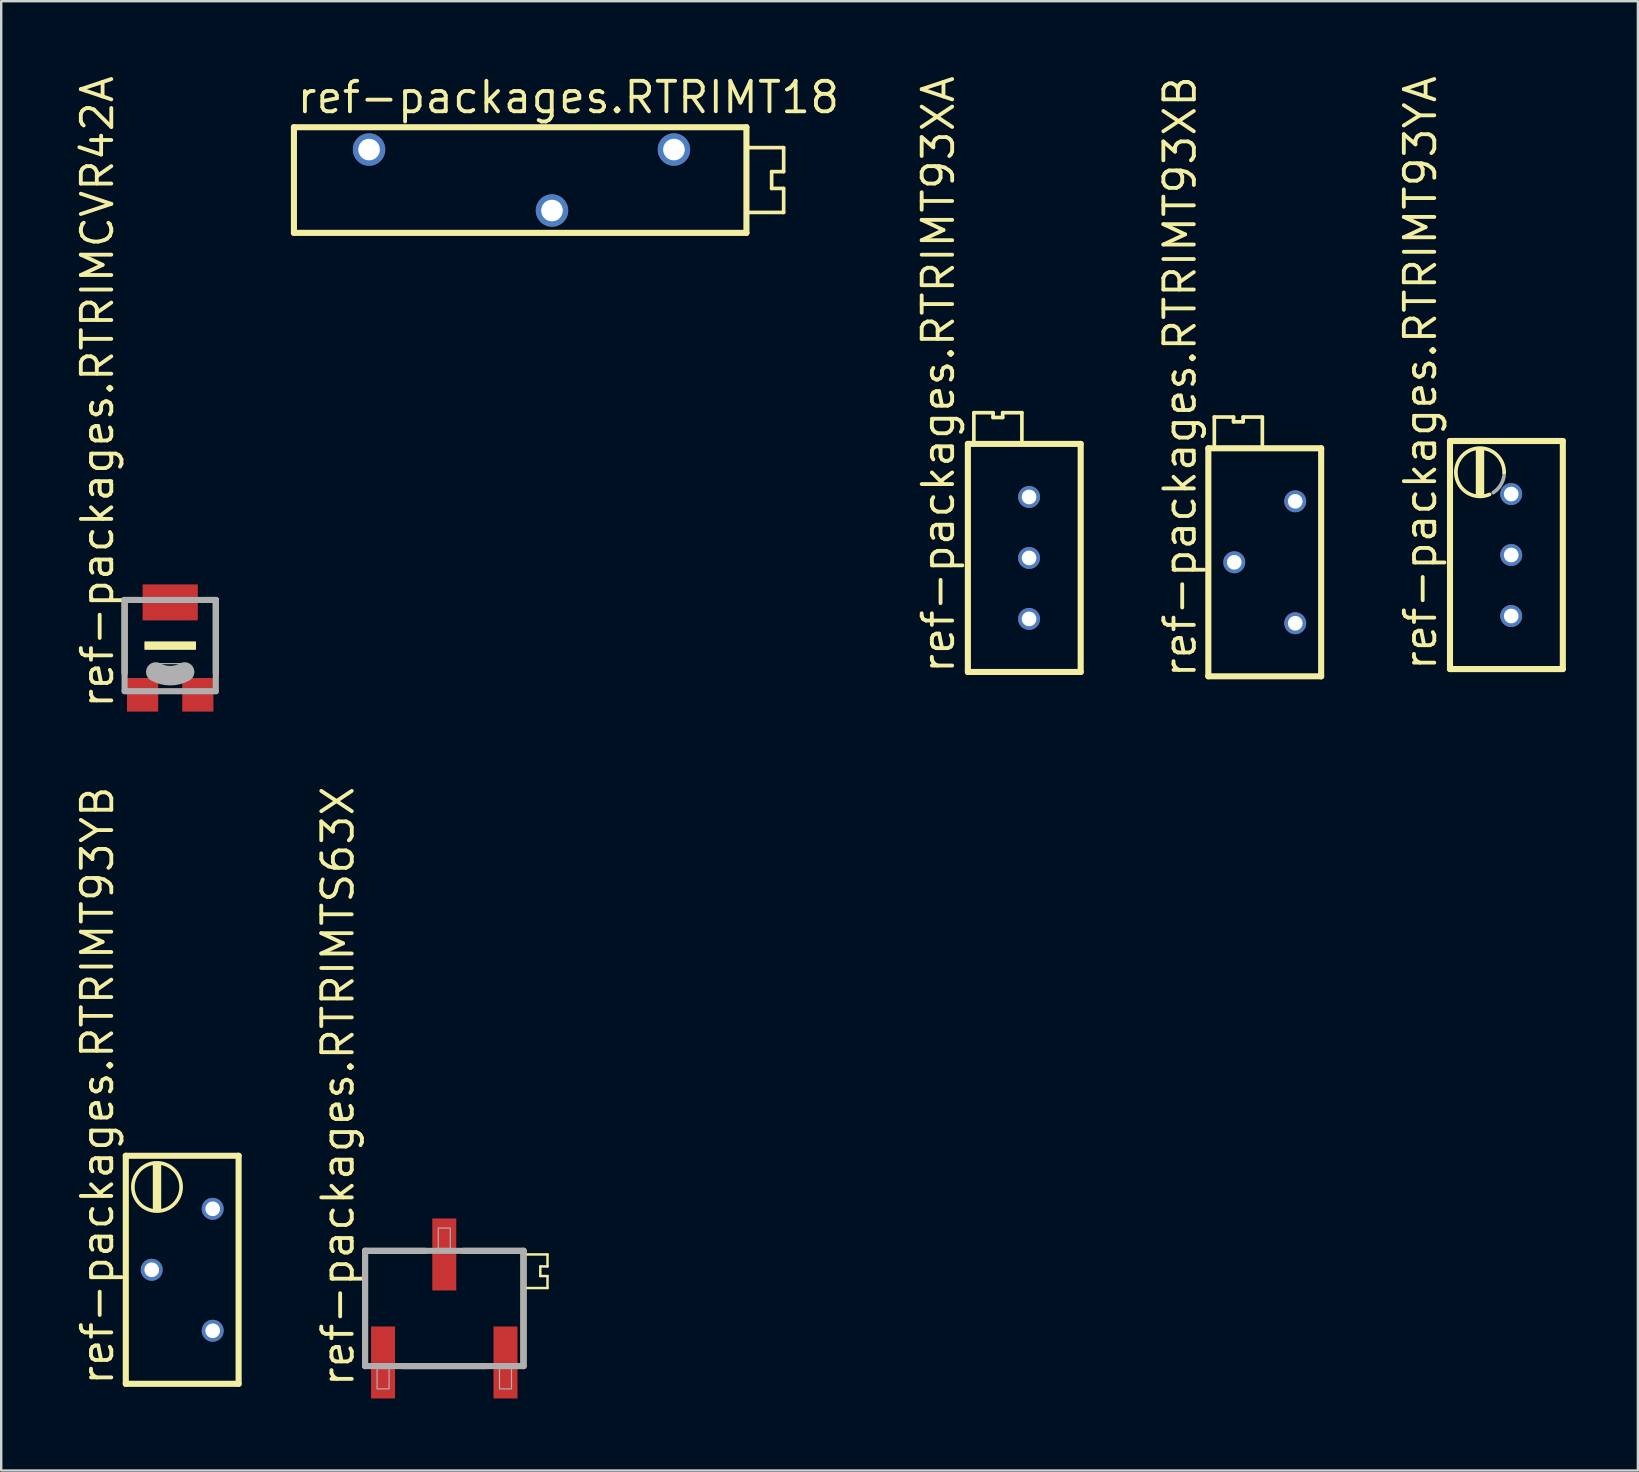
<source format=kicad_pcb>
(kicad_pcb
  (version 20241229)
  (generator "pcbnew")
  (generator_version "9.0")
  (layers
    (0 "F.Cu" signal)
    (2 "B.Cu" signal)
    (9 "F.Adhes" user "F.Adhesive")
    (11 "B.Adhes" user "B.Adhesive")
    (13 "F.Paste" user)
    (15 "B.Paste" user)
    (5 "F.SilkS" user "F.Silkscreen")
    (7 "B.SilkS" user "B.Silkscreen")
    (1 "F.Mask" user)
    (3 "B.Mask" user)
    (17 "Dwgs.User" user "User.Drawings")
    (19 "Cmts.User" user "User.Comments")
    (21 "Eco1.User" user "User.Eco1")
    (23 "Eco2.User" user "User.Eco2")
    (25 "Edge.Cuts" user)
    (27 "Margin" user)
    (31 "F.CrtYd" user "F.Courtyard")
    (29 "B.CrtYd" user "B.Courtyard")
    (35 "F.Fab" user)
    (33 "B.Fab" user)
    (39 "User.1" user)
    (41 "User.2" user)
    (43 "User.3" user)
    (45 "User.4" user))
  (footprint "ref-packages.RTRIMTS63X"
    (layer "F.Cu")
    (at 15.457 51.456)
    (property "Reference" "ref-packages.RTRIMTS63X" (at -3.69 3.34 90) (layer "F.SilkS") (effects (font (size 1.27 1.27) (thickness 0.16)) (justify left bottom)))
    (attr smd)
    (fp_line (start -3.3 -2.4) (end -3.3 2.4) (stroke (width 0.254) (type default)) (layer "F.SilkS"))
    (fp_line (start -1.75 2.4) (end 1.75 2.4) (stroke (width 0.254) (type default)) (layer "F.SilkS"))
    (fp_line (start -0.8 -2.4) (end -3.3 -2.4) (stroke (width 0.254) (type default)) (layer "F.SilkS"))
    (fp_line (start 0.8 -2.4) (end 3.3 -2.4) (stroke (width 0.254) (type default)) (layer "F.SilkS"))
    (fp_line (start 3.3 -2.4) (end 3.3 2.4) (stroke (width 0.254) (type default)) (layer "F.SilkS"))
    (fp_line (start 4 -1.75) (end 4.3 -1.75) (stroke (width 0.102) (type default)) (layer "F.SilkS"))
    (fp_line (start 4 -1.35) (end 4 -1.75) (stroke (width 0.102) (type default)) (layer "F.SilkS"))
    (fp_line (start 4.3 -2.25) (end 3.4 -2.25) (stroke (width 0.102) (type default)) (layer "F.SilkS"))
    (fp_line (start 4.3 -1.75) (end 4.3 -2.25) (stroke (width 0.102) (type default)) (layer "F.SilkS"))
    (fp_line (start 4.3 -1.35) (end 4 -1.35) (stroke (width 0.102) (type default)) (layer "F.SilkS"))
    (fp_line (start 4.3 -0.85) (end 3.4 -0.85) (stroke (width 0.102) (type default)) (layer "F.SilkS"))
    (fp_line (start 4.3 -0.85) (end 4.3 -1.35) (stroke (width 0.102) (type default)) (layer "F.SilkS"))
    (fp_line (start -3.3 -2.4) (end -3.3 2.4) (stroke (width 0.254) (type default)) (layer "F.Fab"))
    (fp_line (start -3.3 2.4) (end 3.3 2.4) (stroke (width 0.254) (type default)) (layer "F.Fab"))
    (fp_line (start 3.3 -2.4) (end -3.3 -2.4) (stroke (width 0.254) (type default)) (layer "F.Fab"))
    (fp_line (start 3.3 2.4) (end 3.3 -2.4) (stroke (width 0.254) (type default)) (layer "F.Fab"))
    (fp_rect (start -2.8 3.35) (end -2.3 2.5) (stroke (width 0.05) (type default)) (fill no) (layer "F.Fab"))
    (fp_rect (start -0.25 -2.5) (end 0.25 -3.35) (stroke (width 0.05) (type default)) (fill no) (layer "F.Fab"))
    (fp_rect (start 2.3 3.35) (end 2.8 2.5) (stroke (width 0.05) (type default)) (fill no) (layer "F.Fab"))
    (pad "1" smd roundrect (at -2.55 2.25) (size 1 3) (layers "F.Cu" "F.Mask" "F.Paste") (roundrect_rratio 0.01))
    (pad "2" smd roundrect (at 0 -2.25) (size 1 3) (layers "F.Cu" "F.Mask" "F.Paste") (roundrect_rratio 0.01))
    (pad "3" smd roundrect (at 2.55 2.25) (size 1 3) (layers "F.Cu" "F.Mask" "F.Paste") (roundrect_rratio 0.01)))
  (footprint "ref-packages.RTRIMT93YB"
    (layer "F.Cu")
    (at 4.54 49.845)
    (property "Reference" "ref-packages.RTRIMT93YB" (at -2.79 4.89 90) (layer "F.SilkS") (effects (font (size 1.27 1.27) (thickness 0.16)) (justify left bottom)))
    (attr through_hole)
    (fp_line (start -2.35 -4.75) (end -2.35 4.75) (stroke (width 0.254) (type default)) (layer "F.SilkS"))
    (fp_line (start -2.35 4.75) (end 2.35 4.75) (stroke (width 0.254) (type default)) (layer "F.SilkS"))
    (fp_line (start 2.35 -4.75) (end -2.35 -4.75) (stroke (width 0.254) (type default)) (layer "F.SilkS"))
    (fp_line (start 2.35 4.75) (end 2.35 -4.75) (stroke (width 0.254) (type default)) (layer "F.SilkS"))
    (fp_rect (start -1.2 -2.5) (end -0.9 -4.4) (stroke (width 0.05) (type default)) (fill yes) (layer "F.SilkS"))
    (fp_circle (center -1.05 -3.45) (end -0.045 -3.45) (stroke (width 0.152) (type default)) (fill no) (layer "F.SilkS"))
    (pad "1" thru_hole circle (at 1.27 2.54) (size 0.914 0.914) (drill 0.61) (layers "*.Cu" "*.Mask"))
    (pad "2" thru_hole circle (at -1.27 0) (size 0.914 0.914) (drill 0.61) (layers "*.Cu" "*.Mask"))
    (pad "3" thru_hole circle (at 1.27 -2.54) (size 0.914 0.914) (drill 0.61) (layers "*.Cu" "*.Mask")))
  (footprint "ref-packages.RTRIMCVR42A"
    (layer "F.Cu")
    (at 4.04 23.843)
    (property "Reference" "ref-packages.RTRIMCVR42A" (at -2.29 2.69 90) (layer "F.SilkS") (effects (font (size 1.27 1.27) (thickness 0.16)) (justify left bottom)))
    (attr smd)
    (fp_line (start -1.9 -1.9) (end -1.35 -1.9) (stroke (width 0.254) (type default)) (layer "F.SilkS"))
    (fp_line (start -1.9 1.15) (end -1.9 -1.9) (stroke (width 0.254) (type default)) (layer "F.SilkS"))
    (fp_line (start 1.9 -1.9) (end 1.35 -1.9) (stroke (width 0.254) (type default)) (layer "F.SilkS"))
    (fp_line (start 1.9 1.15) (end 1.9 -1.9) (stroke (width 0.254) (type default)) (layer "F.SilkS"))
    (fp_rect (start -1.05 0.15) (end 1.05 -0.15) (stroke (width 0.05) (type default)) (fill yes) (layer "F.SilkS"))
    (fp_line (start -1.9 -1.9) (end -1.9 1.9) (stroke (width 0.254) (type default)) (layer "F.Fab"))
    (fp_line (start -1.9 1.9) (end 1.9 1.9) (stroke (width 0.254) (type default)) (layer "F.Fab"))
    (fp_line (start 1.9 -1.9) (end -1.9 -1.9) (stroke (width 0.254) (type default)) (layer "F.Fab"))
    (fp_line (start 1.9 1.9) (end 1.9 -1.9) (stroke (width 0.254) (type default)) (layer "F.Fab"))
    (fp_rect (start -0.65 1.15) (end 0.65 0.75) (stroke (width 0.05) (type default)) (fill no) (layer "F.Fab"))
    (fp_arc (start 0.6 1.1) (mid 0 1.252996) (end -0.6 1.1) (stroke (width 0.8128) (type default)) (layer "F.Fab"))
    (pad "1" smd roundrect (at -1.15 2.05) (size 1.3 1.4) (layers "F.Cu" "F.Mask" "F.Paste") (roundrect_rratio 0.01))
    (pad "2" smd roundrect (at 0 -1.8) (size 2.3 1.5) (layers "F.Cu" "F.Mask" "F.Paste") (roundrect_rratio 0.01))
    (pad "3" smd roundrect (at 1.15 2.05) (size 1.3 1.4) (layers "F.Cu" "F.Mask" "F.Paste") (roundrect_rratio 0.01)))
  (footprint "ref-packages.RTRIMT93YA"
    (layer "F.Cu")
    (at 59.902 20.071)
    (property "Reference" "ref-packages.RTRIMT93YA" (at -3.04 4.89 90) (layer "F.SilkS") (effects (font (size 1.27 1.27) (thickness 0.16)) (justify left bottom)))
    (attr through_hole)
    (fp_line (start -2.55 -4.75) (end -2.55 4.75) (stroke (width 0.254) (type default)) (layer "F.SilkS"))
    (fp_line (start -2.55 4.75) (end 2.15 4.75) (stroke (width 0.254) (type default)) (layer "F.SilkS"))
    (fp_line (start 2.15 -4.75) (end -2.55 -4.75) (stroke (width 0.254) (type default)) (layer "F.SilkS"))
    (fp_line (start 2.15 4.75) (end 2.15 -4.75) (stroke (width 0.254) (type default)) (layer "F.SilkS"))
    (fp_rect (start -1.45 -2.5) (end -1.15 -4.4) (stroke (width 0.05) (type default)) (fill yes) (layer "F.SilkS"))
    (fp_arc (start -0.9 -2.525772) (mid -2.127015 -4.019985) (end -0.29573 -3.399794) (stroke (width 0.1524) (type default)) (layer "F.SilkS"))
    (fp_arc (start -0.3 -3.3) (mid -0.449632 -2.901549) (end -0.75 -2.6) (stroke (width 0.1524) (type default)) (layer "F.Fab"))
    (pad "1" thru_hole circle (at 0 2.54) (size 0.914 0.914) (drill 0.61) (layers "*.Cu" "*.Mask"))
    (pad "2" thru_hole circle (at 0 0) (size 0.914 0.914) (drill 0.61) (layers "*.Cu" "*.Mask"))
    (pad "3" thru_hole circle (at 0 -2.54) (size 0.914 0.914) (drill 0.61) (layers "*.Cu" "*.Mask")))
  (footprint "ref-packages.RTRIMT18"
    (layer "F.Cu")
    (at 19.944 4.45)
    (property "Reference" "ref-packages.RTRIMT18" (at -10.7 -2.7 0) (layer "F.SilkS") (effects (font (size 1.27 1.27) (thickness 0.16)) (justify left bottom)))
    (attr through_hole)
    (fp_line (start -10.75 -2.2) (end -10.75 2.2) (stroke (width 0.254) (type default)) (layer "F.SilkS"))
    (fp_line (start -10.75 2.2) (end 8.1 2.2) (stroke (width 0.254) (type default)) (layer "F.SilkS"))
    (fp_line (start 8.1 -2.2) (end -10.75 -2.2) (stroke (width 0.254) (type default)) (layer "F.SilkS"))
    (fp_line (start 8.1 2.2) (end 8.1 -2.2) (stroke (width 0.254) (type default)) (layer "F.SilkS"))
    (fp_line (start 8.2 -1.35) (end 9.65 -1.35) (stroke (width 0.152) (type default)) (layer "F.SilkS"))
    (fp_line (start 9.15 -0.35) (end 9.15 0.35) (stroke (width 0.152) (type default)) (layer "F.SilkS"))
    (fp_line (start 9.15 0.35) (end 9.65 0.35) (stroke (width 0.152) (type default)) (layer "F.SilkS"))
    (fp_line (start 9.65 -1.35) (end 9.65 -0.35) (stroke (width 0.152) (type default)) (layer "F.SilkS"))
    (fp_line (start 9.65 -0.35) (end 9.15 -0.35) (stroke (width 0.152) (type default)) (layer "F.SilkS"))
    (fp_line (start 9.65 0.35) (end 9.65 1.35) (stroke (width 0.152) (type default)) (layer "F.SilkS"))
    (fp_line (start 9.65 1.35) (end 8.2 1.35) (stroke (width 0.152) (type default)) (layer "F.SilkS"))
    (pad "1" thru_hole circle (at -7.62 -1.27) (size 1.35 1.35) (drill 0.9) (layers "*.Cu" "*.Mask"))
    (pad "2" thru_hole circle (at 0 1.27) (size 1.35 1.35) (drill 0.9) (layers "*.Cu" "*.Mask"))
    (pad "3" thru_hole circle (at 5.08 -1.27) (size 1.35 1.35) (drill 0.9) (layers "*.Cu" "*.Mask")))
  (footprint "ref-packages.RTRIMT93XA"
    (layer "F.Cu")
    (at 39.818 20.192)
    (property "Reference" "ref-packages.RTRIMT93XA" (at -3.04 4.89 90) (layer "F.SilkS") (effects (font (size 1.27 1.27) (thickness 0.16)) (justify left bottom)))
    (attr through_hole)
    (fp_line (start -2.55 -4.75) (end -2.55 4.75) (stroke (width 0.254) (type default)) (layer "F.SilkS"))
    (fp_line (start -2.55 4.75) (end 2.15 4.75) (stroke (width 0.254) (type default)) (layer "F.SilkS"))
    (fp_line (start -2.3 -6.05) (end -2.3 -4.9) (stroke (width 0.152) (type default)) (layer "F.SilkS"))
    (fp_line (start -1.5 -6.05) (end -2.3 -6.05) (stroke (width 0.152) (type default)) (layer "F.SilkS"))
    (fp_line (start -1.5 -5.85) (end -1.5 -6.05) (stroke (width 0.152) (type default)) (layer "F.SilkS"))
    (fp_line (start -1.1 -6.05) (end -1.1 -5.85) (stroke (width 0.152) (type default)) (layer "F.SilkS"))
    (fp_line (start -1.1 -5.85) (end -1.5 -5.85) (stroke (width 0.152) (type default)) (layer "F.SilkS"))
    (fp_line (start -0.3 -6.05) (end -1.1 -6.05) (stroke (width 0.152) (type default)) (layer "F.SilkS"))
    (fp_line (start -0.3 -4.9) (end -0.3 -6.05) (stroke (width 0.152) (type default)) (layer "F.SilkS"))
    (fp_line (start 2.15 -4.75) (end -2.55 -4.75) (stroke (width 0.254) (type default)) (layer "F.SilkS"))
    (fp_line (start 2.15 4.75) (end 2.15 -4.75) (stroke (width 0.254) (type default)) (layer "F.SilkS"))
    (pad "1" thru_hole circle (at 0 2.54) (size 0.914 0.914) (drill 0.61) (layers "*.Cu" "*.Mask"))
    (pad "2" thru_hole circle (at 0 0) (size 0.914 0.914) (drill 0.61) (layers "*.Cu" "*.Mask"))
    (pad "3" thru_hole circle (at 0 -2.54) (size 0.914 0.914) (drill 0.61) (layers "*.Cu" "*.Mask")))
  (footprint "ref-packages.RTRIMT93XB"
    (layer "F.Cu")
    (at 49.635 20.373)
    (property "Reference" "ref-packages.RTRIMT93XB" (at -2.79 4.89 90) (layer "F.SilkS") (effects (font (size 1.27 1.27) (thickness 0.16)) (justify left bottom)))
    (attr through_hole)
    (fp_line (start -2.35 -4.75) (end -2.35 4.75) (stroke (width 0.254) (type default)) (layer "F.SilkS"))
    (fp_line (start -2.35 4.75) (end 2.35 4.75) (stroke (width 0.254) (type default)) (layer "F.SilkS"))
    (fp_line (start -2.1 -6.05) (end -2.1 -4.9) (stroke (width 0.152) (type default)) (layer "F.SilkS"))
    (fp_line (start -1.3 -6.05) (end -2.1 -6.05) (stroke (width 0.152) (type default)) (layer "F.SilkS"))
    (fp_line (start -1.3 -5.85) (end -1.3 -6.05) (stroke (width 0.152) (type default)) (layer "F.SilkS"))
    (fp_line (start -0.9 -6.05) (end -0.9 -5.85) (stroke (width 0.152) (type default)) (layer "F.SilkS"))
    (fp_line (start -0.9 -5.85) (end -1.3 -5.85) (stroke (width 0.152) (type default)) (layer "F.SilkS"))
    (fp_line (start -0.1 -6.05) (end -0.9 -6.05) (stroke (width 0.152) (type default)) (layer "F.SilkS"))
    (fp_line (start -0.1 -4.9) (end -0.1 -6.05) (stroke (width 0.152) (type default)) (layer "F.SilkS"))
    (fp_line (start 2.35 -4.75) (end -2.35 -4.75) (stroke (width 0.254) (type default)) (layer "F.SilkS"))
    (fp_line (start 2.35 4.75) (end 2.35 -4.75) (stroke (width 0.254) (type default)) (layer "F.SilkS"))
    (pad "1" thru_hole circle (at 1.27 2.54) (size 0.914 0.914) (drill 0.61) (layers "*.Cu" "*.Mask"))
    (pad "2" thru_hole circle (at -1.27 0) (size 0.914 0.914) (drill 0.61) (layers "*.Cu" "*.Mask"))
    (pad "3" thru_hole circle (at 1.27 -2.54) (size 0.914 0.914) (drill 0.61) (layers "*.Cu" "*.Mask")))
  (gr_rect
    (start -3 -3)
    (end 65.179 58.206)
    (stroke (width 0.1) (type default))
    (fill no)
    (layer "Edge.Cuts")))
</source>
